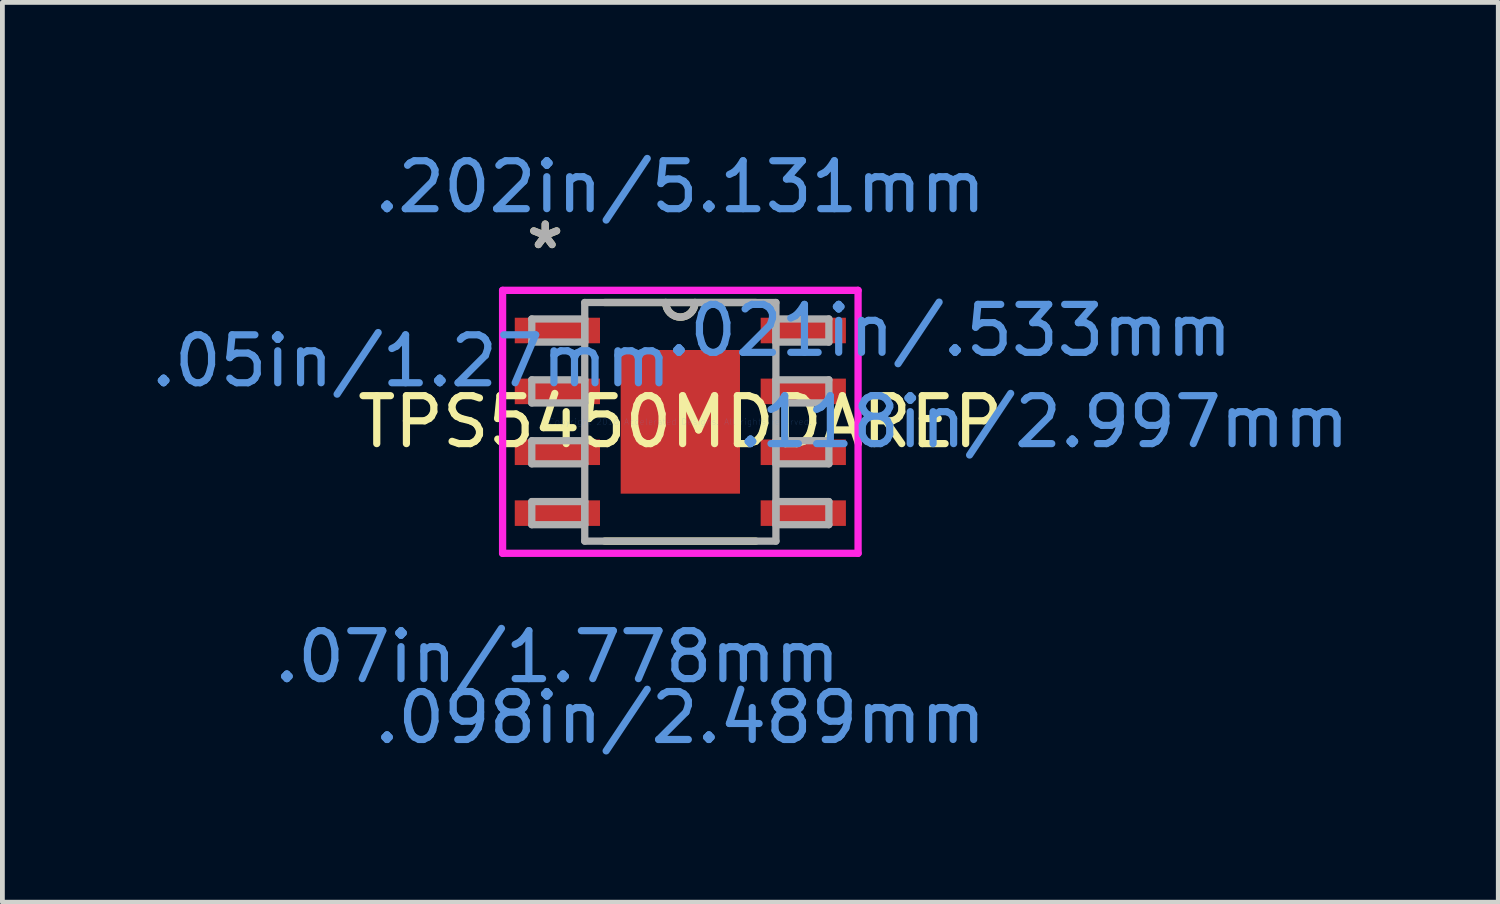
<source format=kicad_pcb>
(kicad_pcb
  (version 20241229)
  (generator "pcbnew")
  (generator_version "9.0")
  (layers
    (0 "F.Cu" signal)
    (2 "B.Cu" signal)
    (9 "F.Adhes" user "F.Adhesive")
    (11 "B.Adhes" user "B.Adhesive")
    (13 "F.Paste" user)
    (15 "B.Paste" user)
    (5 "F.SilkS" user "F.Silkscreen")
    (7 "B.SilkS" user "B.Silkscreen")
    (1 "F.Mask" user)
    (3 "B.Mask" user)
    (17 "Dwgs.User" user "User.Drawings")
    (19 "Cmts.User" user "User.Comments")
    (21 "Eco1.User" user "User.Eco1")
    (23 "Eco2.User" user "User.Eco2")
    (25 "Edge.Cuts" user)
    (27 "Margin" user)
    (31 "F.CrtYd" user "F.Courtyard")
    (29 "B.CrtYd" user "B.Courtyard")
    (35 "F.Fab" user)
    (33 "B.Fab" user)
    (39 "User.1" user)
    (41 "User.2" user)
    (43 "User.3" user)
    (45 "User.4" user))
  (footprint "TPS5450MDDAREP"
    (layer "F.Cu")
    (at 11.143 5.75)
    (property "Reference" "TPS5450MDDAREP" (at 0 0 0) (layer "F.SilkS") (effects (font (size 1 1) (thickness 0.15))))
    (attr through_hole)
    (fp_line (start -1.577 2.489) (end 1.577 2.489) (stroke (width 0.152) (type solid)) (layer "F.SilkS"))
    (fp_line (start 1.577 -2.489) (end -1.577 -2.489) (stroke (width 0.152) (type solid)) (layer "F.SilkS"))
    (fp_arc (start 0.3048 -2.4892) (mid 0 -2.1844) (end -0.3048 -2.4892) (stroke (width 0.1524) (type solid)) (layer "F.SilkS"))
    (fp_line (start -3.708 -2.743) (end 3.708 -2.743) (stroke (width 0.152) (type solid)) (layer "F.CrtYd"))
    (fp_line (start -3.708 2.743) (end -3.708 -2.743) (stroke (width 0.152) (type solid)) (layer "F.CrtYd"))
    (fp_line (start 3.708 -2.743) (end 3.708 2.743) (stroke (width 0.152) (type solid)) (layer "F.CrtYd"))
    (fp_line (start 3.708 2.743) (end -3.708 2.743) (stroke (width 0.152) (type solid)) (layer "F.CrtYd"))
    (fp_line (start -3.099 -2.146) (end -3.099 -1.664) (stroke (width 0.152) (type solid)) (layer "F.Fab"))
    (fp_line (start -3.099 -1.664) (end -1.994 -1.664) (stroke (width 0.152) (type solid)) (layer "F.Fab"))
    (fp_line (start -3.099 -0.876) (end -3.099 -0.394) (stroke (width 0.152) (type solid)) (layer "F.Fab"))
    (fp_line (start -3.099 -0.394) (end -1.994 -0.394) (stroke (width 0.152) (type solid)) (layer "F.Fab"))
    (fp_line (start -3.099 0.394) (end -3.099 0.876) (stroke (width 0.152) (type solid)) (layer "F.Fab"))
    (fp_line (start -3.099 0.876) (end -1.994 0.876) (stroke (width 0.152) (type solid)) (layer "F.Fab"))
    (fp_line (start -3.099 1.664) (end -3.099 2.146) (stroke (width 0.152) (type solid)) (layer "F.Fab"))
    (fp_line (start -3.099 2.146) (end -1.994 2.146) (stroke (width 0.152) (type solid)) (layer "F.Fab"))
    (fp_line (start -1.994 -2.489) (end -1.994 2.489) (stroke (width 0.152) (type solid)) (layer "F.Fab"))
    (fp_line (start -1.994 -2.146) (end -3.099 -2.146) (stroke (width 0.152) (type solid)) (layer "F.Fab"))
    (fp_line (start -1.994 -1.664) (end -1.994 -2.146) (stroke (width 0.152) (type solid)) (layer "F.Fab"))
    (fp_line (start -1.994 -0.876) (end -3.099 -0.876) (stroke (width 0.152) (type solid)) (layer "F.Fab"))
    (fp_line (start -1.994 -0.394) (end -1.994 -0.876) (stroke (width 0.152) (type solid)) (layer "F.Fab"))
    (fp_line (start -1.994 0.394) (end -3.099 0.394) (stroke (width 0.152) (type solid)) (layer "F.Fab"))
    (fp_line (start -1.994 0.876) (end -1.994 0.394) (stroke (width 0.152) (type solid)) (layer "F.Fab"))
    (fp_line (start -1.994 1.664) (end -3.099 1.664) (stroke (width 0.152) (type solid)) (layer "F.Fab"))
    (fp_line (start -1.994 2.146) (end -1.994 1.664) (stroke (width 0.152) (type solid)) (layer "F.Fab"))
    (fp_line (start -1.994 2.489) (end 1.994 2.489) (stroke (width 0.152) (type solid)) (layer "F.Fab"))
    (fp_line (start 1.994 -2.489) (end -1.994 -2.489) (stroke (width 0.152) (type solid)) (layer "F.Fab"))
    (fp_line (start 1.994 -2.146) (end 1.994 -1.664) (stroke (width 0.152) (type solid)) (layer "F.Fab"))
    (fp_line (start 1.994 -1.664) (end 3.099 -1.664) (stroke (width 0.152) (type solid)) (layer "F.Fab"))
    (fp_line (start 1.994 -0.876) (end 1.994 -0.394) (stroke (width 0.152) (type solid)) (layer "F.Fab"))
    (fp_line (start 1.994 -0.394) (end 3.099 -0.394) (stroke (width 0.152) (type solid)) (layer "F.Fab"))
    (fp_line (start 1.994 0.394) (end 1.994 0.876) (stroke (width 0.152) (type solid)) (layer "F.Fab"))
    (fp_line (start 1.994 0.876) (end 3.099 0.876) (stroke (width 0.152) (type solid)) (layer "F.Fab"))
    (fp_line (start 1.994 1.664) (end 1.994 2.146) (stroke (width 0.152) (type solid)) (layer "F.Fab"))
    (fp_line (start 1.994 2.146) (end 3.099 2.146) (stroke (width 0.152) (type solid)) (layer "F.Fab"))
    (fp_line (start 1.994 2.489) (end 1.994 -2.489) (stroke (width 0.152) (type solid)) (layer "F.Fab"))
    (fp_line (start 3.099 -2.146) (end 1.994 -2.146) (stroke (width 0.152) (type solid)) (layer "F.Fab"))
    (fp_line (start 3.099 -1.664) (end 3.099 -2.146) (stroke (width 0.152) (type solid)) (layer "F.Fab"))
    (fp_line (start 3.099 -0.876) (end 1.994 -0.876) (stroke (width 0.152) (type solid)) (layer "F.Fab"))
    (fp_line (start 3.099 -0.394) (end 3.099 -0.876) (stroke (width 0.152) (type solid)) (layer "F.Fab"))
    (fp_line (start 3.099 0.394) (end 1.994 0.394) (stroke (width 0.152) (type solid)) (layer "F.Fab"))
    (fp_line (start 3.099 0.876) (end 3.099 0.394) (stroke (width 0.152) (type solid)) (layer "F.Fab"))
    (fp_line (start 3.099 1.664) (end 1.994 1.664) (stroke (width 0.152) (type solid)) (layer "F.Fab"))
    (fp_line (start 3.099 2.146) (end 3.099 1.664) (stroke (width 0.152) (type solid)) (layer "F.Fab"))
    (fp_arc (start 0.3048 -2.4892) (mid 0 -2.1844) (end -0.3048 -2.4892) (stroke (width 0.1524) (type solid)) (layer "F.Fab"))
    (fp_text user "*" (at -2.819 -3.581 0) (layer "F.SilkS") (effects (font (size 1 1) (thickness 0.15))))
    (fp_text user ".021in/.533mm" (at 5.613 -1.905 0) (layer "Cmts.User") (effects (font (size 1 1) (thickness 0.15))))
    (fp_text user ".098in/2.489mm" (at 0 6.172 0) (layer "Cmts.User") (effects (font (size 1 1) (thickness 0.15))))
    (fp_text user "Copyright 2016 Accelerated Designs. All rights reserved." (at 0 0 0) (layer "Cmts.User") (effects (font (size 0.127 0.127) (thickness 0.002))))
    (fp_text user ".07in/1.778mm" (at -2.565 4.902 0) (layer "Cmts.User") (effects (font (size 1 1) (thickness 0.15))))
    (fp_text user ".202in/5.131mm" (at 0 -4.902 0) (layer "Cmts.User") (effects (font (size 1 1) (thickness 0.15))))
    (fp_text user ".05in/1.27mm" (at -5.613 -1.27 0) (layer "Cmts.User") (effects (font (size 1 1) (thickness 0.15))))
    (fp_text user ".118in/2.997mm" (at 7.582 0 0) (layer "Cmts.User") (effects (font (size 1 1) (thickness 0.15))))
    (fp_text user "*" (at -2.819 -3.581 0) (layer "F.Fab") (effects (font (size 1 1) (thickness 0.15))))
    (pad "1" smd rect (at -2.565 -1.905) (size 1.778 0.533) (layers "F.Cu" "F.Mask" "F.Paste"))
    (pad "2" smd rect (at -2.565 -0.635) (size 1.778 0.533) (layers "F.Cu" "F.Mask" "F.Paste"))
    (pad "3" smd rect (at -2.565 0.635) (size 1.778 0.533) (layers "F.Cu" "F.Mask" "F.Paste"))
    (pad "4" smd rect (at -2.565 1.905) (size 1.778 0.533) (layers "F.Cu" "F.Mask" "F.Paste"))
    (pad "5" smd rect (at 2.565 1.905) (size 1.778 0.533) (layers "F.Cu" "F.Mask" "F.Paste"))
    (pad "6" smd rect (at 2.565 0.635) (size 1.778 0.533) (layers "F.Cu" "F.Mask" "F.Paste"))
    (pad "7" smd rect (at 2.565 -0.635) (size 1.778 0.533) (layers "F.Cu" "F.Mask" "F.Paste"))
    (pad "8" smd rect (at 2.565 -1.905) (size 1.778 0.533) (layers "F.Cu" "F.Mask" "F.Paste"))
    (pad "EPAD" smd rect (at 0 0) (size 2.489 2.997) (layers "F.Cu" "F.Mask" "F.Paste")))
  (gr_rect
    (start -3 -3)
    (end 28.207 15.771)
    (stroke (width 0.1) (type default))
    (fill no)
    (layer "Edge.Cuts")))
</source>
